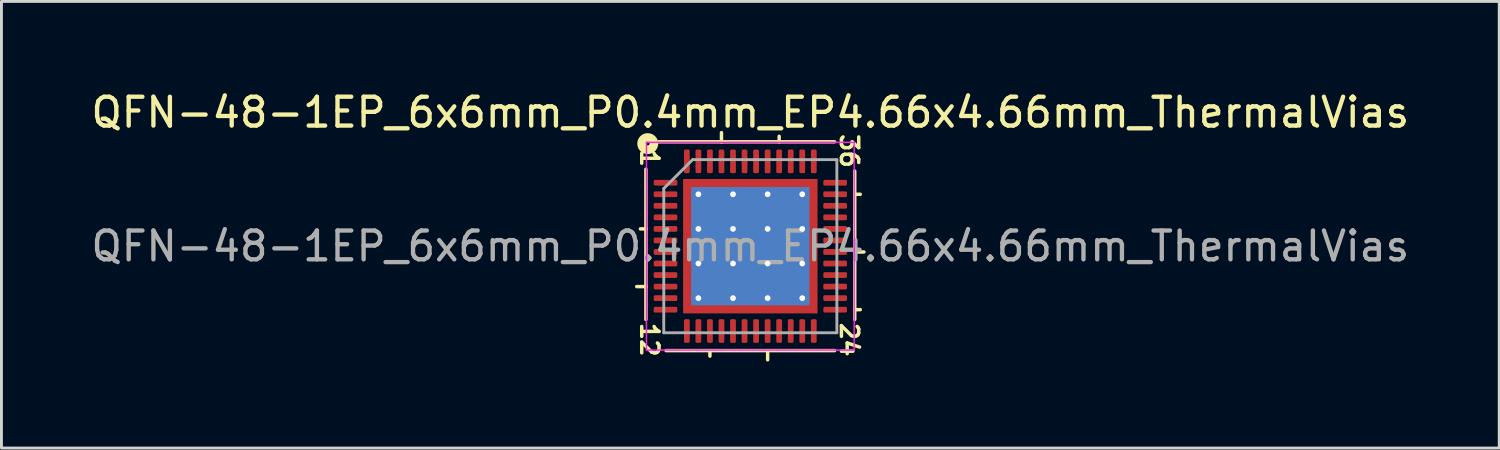
<source format=kicad_pcb>
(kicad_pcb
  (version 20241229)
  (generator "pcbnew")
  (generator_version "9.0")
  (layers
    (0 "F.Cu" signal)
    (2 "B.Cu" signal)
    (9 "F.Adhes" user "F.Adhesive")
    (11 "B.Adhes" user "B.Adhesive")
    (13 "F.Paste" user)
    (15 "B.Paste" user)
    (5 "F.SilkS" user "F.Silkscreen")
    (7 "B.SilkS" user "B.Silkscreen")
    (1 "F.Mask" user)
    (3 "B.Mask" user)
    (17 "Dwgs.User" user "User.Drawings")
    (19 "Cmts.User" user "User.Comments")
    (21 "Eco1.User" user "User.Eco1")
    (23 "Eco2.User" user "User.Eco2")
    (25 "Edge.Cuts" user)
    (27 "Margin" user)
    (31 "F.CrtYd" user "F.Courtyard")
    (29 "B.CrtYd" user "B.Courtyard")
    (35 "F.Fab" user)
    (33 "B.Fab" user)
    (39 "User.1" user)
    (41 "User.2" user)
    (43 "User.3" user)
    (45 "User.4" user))
  (footprint "QFN-48-1EP_6x6mm_P0.4mm_EP4.66x4.66mm_ThermalVias"
    (layer "F.Cu")
    (at 22.958 5.484)
    (property "Reference" "QFN-48-1EP_6x6mm_P0.4mm_EP4.66x4.66mm_ThermalVias" (at 0 -4.636 0) (layer "F.SilkS") (effects (font (size 1 1) (thickness 0.15))))
    (attr smd)
    (fp_line (start -3.619 -2.667) (end -3.619 2.54) (stroke (width 0.12) (type solid)) (layer "F.SilkS"))
    (fp_line (start -3.619 -0.6) (end -3.81 -0.6) (stroke (width 0.12) (type solid)) (layer "F.SilkS"))
    (fp_line (start -3.619 1.4) (end -3.937 1.4) (stroke (width 0.12) (type solid)) (layer "F.SilkS"))
    (fp_line (start -2.921 3.619) (end 2.921 3.619) (stroke (width 0.12) (type solid)) (layer "F.SilkS"))
    (fp_line (start -1.4 3.81) (end -1.4 3.619) (stroke (width 0.12) (type solid)) (layer "F.SilkS"))
    (fp_line (start -1 -3.619) (end -1 -3.937) (stroke (width 0.12) (type solid)) (layer "F.SilkS"))
    (fp_line (start 0.6 3.619) (end 0.6 3.937) (stroke (width 0.12) (type solid)) (layer "F.SilkS"))
    (fp_line (start 1 -3.619) (end 1 -3.81) (stroke (width 0.12) (type solid)) (layer "F.SilkS"))
    (fp_line (start 2.921 -3.619) (end -3.175 -3.619) (stroke (width 0.12) (type solid)) (layer "F.SilkS"))
    (fp_line (start 3.619 -1.8) (end 3.81 -1.8) (stroke (width 0.12) (type solid)) (layer "F.SilkS"))
    (fp_line (start 3.619 0.2) (end 3.937 0.2) (stroke (width 0.12) (type solid)) (layer "F.SilkS"))
    (fp_line (start 3.619 2.2) (end 3.81 2.2) (stroke (width 0.12) (type solid)) (layer "F.SilkS"))
    (fp_line (start 3.619 2.54) (end 3.619 -2.603) (stroke (width 0.12) (type solid)) (layer "F.SilkS"))
    (fp_circle (center -3.556 -3.556) (end -3.493 -3.556) (stroke (width 0.3) (type solid)) (fill no) (layer "F.SilkS"))
    (fp_line (start -3.6 -3.6) (end -3.6 3.6) (stroke (width 0.05) (type solid)) (layer "F.CrtYd"))
    (fp_line (start -3.6 3.6) (end 3.6 3.6) (stroke (width 0.05) (type solid)) (layer "F.CrtYd"))
    (fp_line (start 3.6 -3.6) (end -3.6 -3.6) (stroke (width 0.05) (type solid)) (layer "F.CrtYd"))
    (fp_line (start 3.6 3.6) (end 3.6 -3.6) (stroke (width 0.05) (type solid)) (layer "F.CrtYd"))
    (fp_line (start -3 -2) (end -2 -3) (stroke (width 0.1) (type solid)) (layer "F.Fab"))
    (fp_line (start -3 3) (end -3 -2) (stroke (width 0.1) (type solid)) (layer "F.Fab"))
    (fp_line (start -2 -3) (end 3 -3) (stroke (width 0.1) (type solid)) (layer "F.Fab"))
    (fp_line (start 3 -3) (end 3 3) (stroke (width 0.1) (type solid)) (layer "F.Fab"))
    (fp_line (start 3 3) (end -3 3) (stroke (width 0.1) (type solid)) (layer "F.Fab"))
    (fp_text user "24" (at 3.429 3.239 270) (unlocked yes) (layer "F.SilkS") (effects (font (size 0.6 0.6) (thickness 0.12))))
    (fp_text user "36" (at 3.429 -3.302 270) (unlocked yes) (layer "F.SilkS") (effects (font (size 0.6 0.6) (thickness 0.12))))
    (fp_text user "1" (at -3.493 -3.048 270) (unlocked yes) (layer "F.SilkS") (effects (font (size 0.6 0.6) (thickness 0.12))))
    (fp_text user "12" (at -3.493 3.239 270) (unlocked yes) (layer "F.SilkS") (effects (font (size 0.6 0.6) (thickness 0.12))))
    (fp_text user "${REFERENCE}" (at 0 0 0) (layer "F.Fab") (effects (font (size 1 1) (thickness 0.15))))
    (pad "" smd custom (at -2.065 -2.065) (size 0.3 0.3) (layers "F.Paste") (options (anchor circle)) (primitives (gr_poly (pts (xy 0.107 -0.011) (xy -0.011 0.107) (xy -0.107 0.107) (xy -0.107 -0.107) (xy 0.107 -0.107)) (width 0.214) (fill yes))))
    (pad "" smd custom (at -2.065 -1.2) (size 0.346 0.346) (layers "F.Paste") (options (anchor circle)) (primitives (gr_poly (pts (xy 0.132 -0.335) (xy 0.132 0.335) (xy 0.065 0.402) (xy -0.132 0.402) (xy -0.132 -0.402) (xy 0.065 -0.402)) (width 0.163) (fill yes))))
    (pad "" smd custom (at -2.065 0) (size 0.346 0.346) (layers "F.Paste") (options (anchor circle)) (primitives (gr_poly (pts (xy 0.132 -0.335) (xy 0.132 0.335) (xy 0.065 0.402) (xy -0.132 0.402) (xy -0.132 -0.402) (xy 0.065 -0.402)) (width 0.163) (fill yes))))
    (pad "" smd custom (at -2.065 1.2) (size 0.346 0.346) (layers "F.Paste") (options (anchor circle)) (primitives (gr_poly (pts (xy 0.132 -0.335) (xy 0.132 0.335) (xy 0.065 0.402) (xy -0.132 0.402) (xy -0.132 -0.402) (xy 0.065 -0.402)) (width 0.163) (fill yes))))
    (pad "" smd custom (at -2.065 2.065) (size 0.3 0.3) (layers "F.Paste") (options (anchor circle)) (primitives (gr_poly (pts (xy 0.107 0.011) (xy 0.107 0.107) (xy -0.107 0.107) (xy -0.107 -0.107) (xy -0.011 -0.107)) (width 0.214) (fill yes))))
    (pad "" smd custom (at -1.2 -2.065) (size 0.346 0.346) (layers "F.Paste") (options (anchor circle)) (primitives (gr_poly (pts (xy 0.402 0.065) (xy 0.335 0.132) (xy -0.335 0.132) (xy -0.402 0.065) (xy -0.402 -0.132) (xy 0.402 -0.132)) (width 0.163) (fill yes))))
    (pad "" smd roundrect (at -1.2 -1.2) (size 0.967 0.967) (layers "F.Paste") (roundrect_rratio 0.25))
    (pad "" smd roundrect (at -1.2 0) (size 0.967 0.967) (layers "F.Paste") (roundrect_rratio 0.25))
    (pad "" smd roundrect (at -1.2 1.2) (size 0.967 0.967) (layers "F.Paste") (roundrect_rratio 0.25))
    (pad "" smd custom (at -1.2 2.065) (size 0.346 0.346) (layers "F.Paste") (options (anchor circle)) (primitives (gr_poly (pts (xy 0.402 -0.065) (xy 0.402 0.132) (xy -0.402 0.132) (xy -0.402 -0.065) (xy -0.335 -0.132) (xy 0.335 -0.132)) (width 0.163) (fill yes))))
    (pad "" smd custom (at 0 -2.065) (size 0.346 0.346) (layers "F.Paste") (options (anchor circle)) (primitives (gr_poly (pts (xy 0.402 0.065) (xy 0.335 0.132) (xy -0.335 0.132) (xy -0.402 0.065) (xy -0.402 -0.132) (xy 0.402 -0.132)) (width 0.163) (fill yes))))
    (pad "" smd roundrect (at 0 -1.2) (size 0.967 0.967) (layers "F.Paste") (roundrect_rratio 0.25))
    (pad "" smd roundrect (at 0 0) (size 0.967 0.967) (layers "F.Paste") (roundrect_rratio 0.25))
    (pad "" smd roundrect (at 0 1.2) (size 0.967 0.967) (layers "F.Paste") (roundrect_rratio 0.25))
    (pad "" smd custom (at 0 2.065) (size 0.346 0.346) (layers "F.Paste") (options (anchor circle)) (primitives (gr_poly (pts (xy 0.402 -0.065) (xy 0.402 0.132) (xy -0.402 0.132) (xy -0.402 -0.065) (xy -0.335 -0.132) (xy 0.335 -0.132)) (width 0.163) (fill yes))))
    (pad "" smd custom (at 1.2 -2.065) (size 0.346 0.346) (layers "F.Paste") (options (anchor circle)) (primitives (gr_poly (pts (xy 0.402 0.065) (xy 0.335 0.132) (xy -0.335 0.132) (xy -0.402 0.065) (xy -0.402 -0.132) (xy 0.402 -0.132)) (width 0.163) (fill yes))))
    (pad "" smd roundrect (at 1.2 -1.2) (size 0.967 0.967) (layers "F.Paste") (roundrect_rratio 0.25))
    (pad "" smd roundrect (at 1.2 0) (size 0.967 0.967) (layers "F.Paste") (roundrect_rratio 0.25))
    (pad "" smd roundrect (at 1.2 1.2) (size 0.967 0.967) (layers "F.Paste") (roundrect_rratio 0.25))
    (pad "" smd custom (at 1.2 2.065) (size 0.346 0.346) (layers "F.Paste") (options (anchor circle)) (primitives (gr_poly (pts (xy 0.402 -0.065) (xy 0.402 0.132) (xy -0.402 0.132) (xy -0.402 -0.065) (xy -0.335 -0.132) (xy 0.335 -0.132)) (width 0.163) (fill yes))))
    (pad "" smd custom (at 2.065 -2.065) (size 0.3 0.3) (layers "F.Paste") (options (anchor circle)) (primitives (gr_poly (pts (xy 0.107 0.107) (xy 0.011 0.107) (xy -0.107 -0.011) (xy -0.107 -0.107) (xy 0.107 -0.107)) (width 0.214) (fill yes))))
    (pad "" smd custom (at 2.065 -1.2) (size 0.346 0.346) (layers "F.Paste") (options (anchor circle)) (primitives (gr_poly (pts (xy 0.132 0.402) (xy -0.065 0.402) (xy -0.132 0.335) (xy -0.132 -0.335) (xy -0.065 -0.402) (xy 0.132 -0.402)) (width 0.163) (fill yes))))
    (pad "" smd custom (at 2.065 0) (size 0.346 0.346) (layers "F.Paste") (options (anchor circle)) (primitives (gr_poly (pts (xy 0.132 0.402) (xy -0.065 0.402) (xy -0.132 0.335) (xy -0.132 -0.335) (xy -0.065 -0.402) (xy 0.132 -0.402)) (width 0.163) (fill yes))))
    (pad "" smd custom (at 2.065 1.2) (size 0.346 0.346) (layers "F.Paste") (options (anchor circle)) (primitives (gr_poly (pts (xy 0.132 0.402) (xy -0.065 0.402) (xy -0.132 0.335) (xy -0.132 -0.335) (xy -0.065 -0.402) (xy 0.132 -0.402)) (width 0.163) (fill yes))))
    (pad "" smd custom (at 2.065 2.065) (size 0.3 0.3) (layers "F.Paste") (options (anchor circle)) (primitives (gr_poly (pts (xy 0.107 0.107) (xy -0.107 0.107) (xy -0.107 0.011) (xy 0.011 -0.107) (xy 0.107 -0.107)) (width 0.214) (fill yes))))
    (pad "1" smd roundrect (at -2.94 -2.2) (size 0.82 0.2) (layers "F.Cu" "F.Mask" "F.Paste") (roundrect_rratio 0.25))
    (pad "2" smd roundrect (at -2.94 -1.8) (size 0.82 0.2) (layers "F.Cu" "F.Mask" "F.Paste") (roundrect_rratio 0.25))
    (pad "3" smd roundrect (at -2.94 -1.4) (size 0.82 0.2) (layers "F.Cu" "F.Mask" "F.Paste") (roundrect_rratio 0.25))
    (pad "4" smd roundrect (at -2.94 -1) (size 0.82 0.2) (layers "F.Cu" "F.Mask" "F.Paste") (roundrect_rratio 0.25))
    (pad "5" smd roundrect (at -2.94 -0.6) (size 0.82 0.2) (layers "F.Cu" "F.Mask" "F.Paste") (roundrect_rratio 0.25))
    (pad "6" smd roundrect (at -2.94 -0.2) (size 0.82 0.2) (layers "F.Cu" "F.Mask" "F.Paste") (roundrect_rratio 0.25))
    (pad "7" smd roundrect (at -2.94 0.2) (size 0.82 0.2) (layers "F.Cu" "F.Mask" "F.Paste") (roundrect_rratio 0.25))
    (pad "8" smd roundrect (at -2.94 0.6) (size 0.82 0.2) (layers "F.Cu" "F.Mask" "F.Paste") (roundrect_rratio 0.25))
    (pad "9" smd roundrect (at -2.94 1) (size 0.82 0.2) (layers "F.Cu" "F.Mask" "F.Paste") (roundrect_rratio 0.25))
    (pad "10" smd roundrect (at -2.94 1.4) (size 0.82 0.2) (layers "F.Cu" "F.Mask" "F.Paste") (roundrect_rratio 0.25))
    (pad "11" smd roundrect (at -2.94 1.8) (size 0.82 0.2) (layers "F.Cu" "F.Mask" "F.Paste") (roundrect_rratio 0.25))
    (pad "12" smd roundrect (at -2.94 2.2) (size 0.82 0.2) (layers "F.Cu" "F.Mask" "F.Paste") (roundrect_rratio 0.25))
    (pad "13" smd roundrect (at -2.2 2.94) (size 0.2 0.82) (layers "F.Cu" "F.Mask" "F.Paste") (roundrect_rratio 0.25))
    (pad "14" smd roundrect (at -1.8 2.94) (size 0.2 0.82) (layers "F.Cu" "F.Mask" "F.Paste") (roundrect_rratio 0.25))
    (pad "15" smd roundrect (at -1.4 2.94) (size 0.2 0.82) (layers "F.Cu" "F.Mask" "F.Paste") (roundrect_rratio 0.25))
    (pad "16" smd roundrect (at -1 2.94) (size 0.2 0.82) (layers "F.Cu" "F.Mask" "F.Paste") (roundrect_rratio 0.25))
    (pad "17" smd roundrect (at -0.6 2.94) (size 0.2 0.82) (layers "F.Cu" "F.Mask" "F.Paste") (roundrect_rratio 0.25))
    (pad "18" smd roundrect (at -0.2 2.94) (size 0.2 0.82) (layers "F.Cu" "F.Mask" "F.Paste") (roundrect_rratio 0.25))
    (pad "19" smd roundrect (at 0.2 2.94) (size 0.2 0.82) (layers "F.Cu" "F.Mask" "F.Paste") (roundrect_rratio 0.25))
    (pad "20" smd roundrect (at 0.6 2.94) (size 0.2 0.82) (layers "F.Cu" "F.Mask" "F.Paste") (roundrect_rratio 0.25))
    (pad "21" smd roundrect (at 1 2.94) (size 0.2 0.82) (layers "F.Cu" "F.Mask" "F.Paste") (roundrect_rratio 0.25))
    (pad "22" smd roundrect (at 1.4 2.94) (size 0.2 0.82) (layers "F.Cu" "F.Mask" "F.Paste") (roundrect_rratio 0.25))
    (pad "23" smd roundrect (at 1.8 2.94) (size 0.2 0.82) (layers "F.Cu" "F.Mask" "F.Paste") (roundrect_rratio 0.25))
    (pad "24" smd roundrect (at 2.2 2.94) (size 0.2 0.82) (layers "F.Cu" "F.Mask" "F.Paste") (roundrect_rratio 0.25))
    (pad "25" smd roundrect (at 2.94 2.2) (size 0.82 0.2) (layers "F.Cu" "F.Mask" "F.Paste") (roundrect_rratio 0.25))
    (pad "26" smd roundrect (at 2.94 1.8) (size 0.82 0.2) (layers "F.Cu" "F.Mask" "F.Paste") (roundrect_rratio 0.25))
    (pad "27" smd roundrect (at 2.94 1.4) (size 0.82 0.2) (layers "F.Cu" "F.Mask" "F.Paste") (roundrect_rratio 0.25))
    (pad "28" smd roundrect (at 2.94 1) (size 0.82 0.2) (layers "F.Cu" "F.Mask" "F.Paste") (roundrect_rratio 0.25))
    (pad "29" smd roundrect (at 2.94 0.6) (size 0.82 0.2) (layers "F.Cu" "F.Mask" "F.Paste") (roundrect_rratio 0.25))
    (pad "30" smd roundrect (at 2.94 0.2) (size 0.82 0.2) (layers "F.Cu" "F.Mask" "F.Paste") (roundrect_rratio 0.25))
    (pad "31" smd roundrect (at 2.94 -0.2) (size 0.82 0.2) (layers "F.Cu" "F.Mask" "F.Paste") (roundrect_rratio 0.25))
    (pad "32" smd roundrect (at 2.94 -0.6) (size 0.82 0.2) (layers "F.Cu" "F.Mask" "F.Paste") (roundrect_rratio 0.25))
    (pad "33" smd roundrect (at 2.94 -1) (size 0.82 0.2) (layers "F.Cu" "F.Mask" "F.Paste") (roundrect_rratio 0.25))
    (pad "34" smd roundrect (at 2.94 -1.4) (size 0.82 0.2) (layers "F.Cu" "F.Mask" "F.Paste") (roundrect_rratio 0.25))
    (pad "35" smd roundrect (at 2.94 -1.8) (size 0.82 0.2) (layers "F.Cu" "F.Mask" "F.Paste") (roundrect_rratio 0.25))
    (pad "36" smd roundrect (at 2.94 -2.2) (size 0.82 0.2) (layers "F.Cu" "F.Mask" "F.Paste") (roundrect_rratio 0.25))
    (pad "37" smd roundrect (at 2.2 -2.94) (size 0.2 0.82) (layers "F.Cu" "F.Mask" "F.Paste") (roundrect_rratio 0.25))
    (pad "38" smd roundrect (at 1.8 -2.94) (size 0.2 0.82) (layers "F.Cu" "F.Mask" "F.Paste") (roundrect_rratio 0.25))
    (pad "39" smd roundrect (at 1.4 -2.94) (size 0.2 0.82) (layers "F.Cu" "F.Mask" "F.Paste") (roundrect_rratio 0.25))
    (pad "40" smd roundrect (at 1 -2.94) (size 0.2 0.82) (layers "F.Cu" "F.Mask" "F.Paste") (roundrect_rratio 0.25))
    (pad "41" smd roundrect (at 0.6 -2.94) (size 0.2 0.82) (layers "F.Cu" "F.Mask" "F.Paste") (roundrect_rratio 0.25))
    (pad "42" smd roundrect (at 0.2 -2.94) (size 0.2 0.82) (layers "F.Cu" "F.Mask" "F.Paste") (roundrect_rratio 0.25))
    (pad "43" smd roundrect (at -0.2 -2.94) (size 0.2 0.82) (layers "F.Cu" "F.Mask" "F.Paste") (roundrect_rratio 0.25))
    (pad "44" smd roundrect (at -0.6 -2.94) (size 0.2 0.82) (layers "F.Cu" "F.Mask" "F.Paste") (roundrect_rratio 0.25))
    (pad "45" smd roundrect (at -1 -2.94) (size 0.2 0.82) (layers "F.Cu" "F.Mask" "F.Paste") (roundrect_rratio 0.25))
    (pad "46" smd roundrect (at -1.4 -2.94) (size 0.2 0.82) (layers "F.Cu" "F.Mask" "F.Paste") (roundrect_rratio 0.25))
    (pad "47" smd roundrect (at -1.8 -2.94) (size 0.2 0.82) (layers "F.Cu" "F.Mask" "F.Paste") (roundrect_rratio 0.25))
    (pad "48" smd roundrect (at -2.2 -2.94) (size 0.2 0.82) (layers "F.Cu" "F.Mask" "F.Paste") (roundrect_rratio 0.25))
    (pad "49" thru_hole circle (at -1.8 -1.8) (size 0.5 0.5) (drill 0.2) (layers "*.Cu"))
    (pad "49" thru_hole circle (at -1.8 -0.6) (size 0.5 0.5) (drill 0.2) (layers "*.Cu"))
    (pad "49" thru_hole circle (at -1.8 0.6) (size 0.5 0.5) (drill 0.2) (layers "*.Cu"))
    (pad "49" thru_hole circle (at -1.8 1.8) (size 0.5 0.5) (drill 0.2) (layers "*.Cu"))
    (pad "49" thru_hole circle (at -0.6 -1.8) (size 0.5 0.5) (drill 0.2) (layers "*.Cu"))
    (pad "49" thru_hole circle (at -0.6 -0.6) (size 0.5 0.5) (drill 0.2) (layers "*.Cu"))
    (pad "49" thru_hole circle (at -0.6 0.6) (size 0.5 0.5) (drill 0.2) (layers "*.Cu"))
    (pad "49" thru_hole circle (at -0.6 1.8) (size 0.5 0.5) (drill 0.2) (layers "*.Cu"))
    (pad "49" smd rect (at 0 0) (size 4.1 4.1) (layers "B.Cu"))
    (pad "49" smd rect (at 0 0) (size 4.66 4.66) (layers "F.Cu" "F.Mask"))
    (pad "49" thru_hole circle (at 0.6 -1.8) (size 0.5 0.5) (drill 0.2) (layers "*.Cu"))
    (pad "49" thru_hole circle (at 0.6 -0.6) (size 0.5 0.5) (drill 0.2) (layers "*.Cu"))
    (pad "49" thru_hole circle (at 0.6 0.6) (size 0.5 0.5) (drill 0.2) (layers "*.Cu"))
    (pad "49" thru_hole circle (at 0.6 1.8) (size 0.5 0.5) (drill 0.2) (layers "*.Cu"))
    (pad "49" thru_hole circle (at 1.8 -1.8) (size 0.5 0.5) (drill 0.2) (layers "*.Cu"))
    (pad "49" thru_hole circle (at 1.8 -0.6) (size 0.5 0.5) (drill 0.2) (layers "*.Cu"))
    (pad "49" thru_hole circle (at 1.8 0.6) (size 0.5 0.5) (drill 0.2) (layers "*.Cu"))
    (pad "49" thru_hole circle (at 1.8 1.8) (size 0.5 0.5) (drill 0.2) (layers "*.Cu")))
  (gr_rect
    (start -3 -3)
    (end 48.917 12.481)
    (stroke (width 0.1) (type default))
    (fill no)
    (layer "Edge.Cuts")))
</source>
